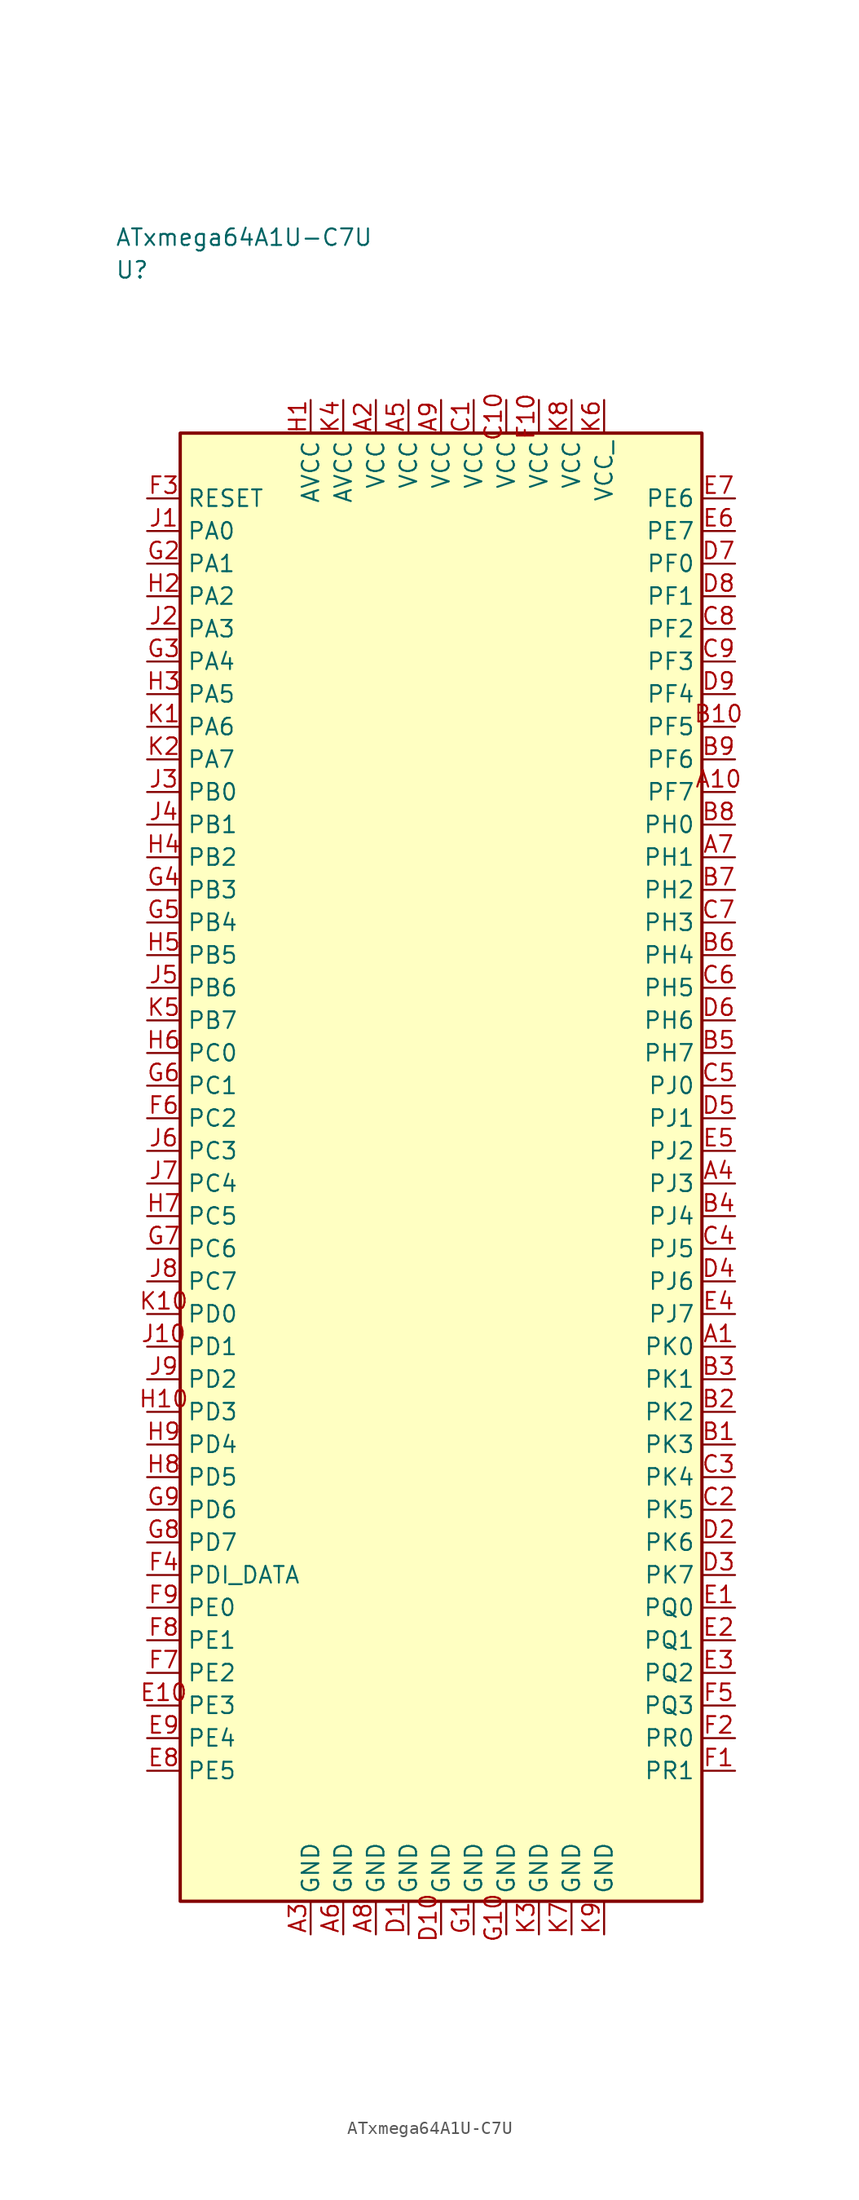
<source format=kicad_sym>
(kicad_symbol_lib
  (version 20241025)
  (generator "kicad_symbol_editor")
  (generator_version "8.0")
  (symbol "ATxmega64A1U-C7U"
    (property "Reference" "U"
      (at -25.0 68.75 0)
      (effects (font (size 1.27 1.27)) (justify left)))
    (property "Value" "ATxmega64A1U-C7U"
      (at -25.0 71.25 0)
      (effects (font (size 1.27 1.27)) (justify left)))
    (symbol "ATxmega64A1U-C7U_0_1"
      (rectangle (start -20.0 56.25) (end 20.0 -56.25) (stroke (width 0.254) (type default)) (fill (type background))))
    (symbol "ATxmega64A1U-C7U_1_1"
      (pin bidirectional line (at 22.54 -13.75 180.0) (length 2.54) (name "PK0" (effects (font (size 1.27 1.27)))) (number "A1" (effects (font (size 1.27 1.27)))))
      (pin power_in line (at -5.0 58.79 270.0) (length 2.54) (name "VCC" (effects (font (size 1.27 1.27)))) (number "A2" (effects (font (size 1.27 1.27)))))
      (pin passive line (at -10.0 -58.79 90.0) (length 2.54) (name "GND" (effects (font (size 1.27 1.27)))) (number "A3" (effects (font (size 1.27 1.27)))))
      (pin bidirectional line (at 22.54 -1.25 180.0) (length 2.54) (name "PJ3" (effects (font (size 1.27 1.27)))) (number "A4" (effects (font (size 1.27 1.27)))))
      (pin power_in line (at -2.5 58.79 270.0) (length 2.54) (name "VCC" (effects (font (size 1.27 1.27)))) (number "A5" (effects (font (size 1.27 1.27)))))
      (pin passive line (at -7.5 -58.79 90.0) (length 2.54) (name "GND" (effects (font (size 1.27 1.27)))) (number "A6" (effects (font (size 1.27 1.27)))))
      (pin bidirectional line (at 22.54 23.75 180.0) (length 2.54) (name "PH1" (effects (font (size 1.27 1.27)))) (number "A7" (effects (font (size 1.27 1.27)))))
      (pin passive line (at -5.0 -58.79 90.0) (length 2.54) (name "GND" (effects (font (size 1.27 1.27)))) (number "A8" (effects (font (size 1.27 1.27)))))
      (pin power_in line (at 0.0 58.79 270.0) (length 2.54) (name "VCC" (effects (font (size 1.27 1.27)))) (number "A9" (effects (font (size 1.27 1.27)))))
      (pin bidirectional line (at 22.54 28.75 180.0) (length 2.54) (name "PF7" (effects (font (size 1.27 1.27)))) (number "A10" (effects (font (size 1.27 1.27)))))
      (pin bidirectional line (at 22.54 -21.25 180.0) (length 2.54) (name "PK3" (effects (font (size 1.27 1.27)))) (number "B1" (effects (font (size 1.27 1.27)))))
      (pin bidirectional line (at 22.54 -18.75 180.0) (length 2.54) (name "PK2" (effects (font (size 1.27 1.27)))) (number "B2" (effects (font (size 1.27 1.27)))))
      (pin bidirectional line (at 22.54 -16.25 180.0) (length 2.54) (name "PK1" (effects (font (size 1.27 1.27)))) (number "B3" (effects (font (size 1.27 1.27)))))
      (pin bidirectional line (at 22.54 -3.75 180.0) (length 2.54) (name "PJ4" (effects (font (size 1.27 1.27)))) (number "B4" (effects (font (size 1.27 1.27)))))
      (pin bidirectional line (at 22.54 8.75 180.0) (length 2.54) (name "PH7" (effects (font (size 1.27 1.27)))) (number "B5" (effects (font (size 1.27 1.27)))))
      (pin bidirectional line (at 22.54 16.25 180.0) (length 2.54) (name "PH4" (effects (font (size 1.27 1.27)))) (number "B6" (effects (font (size 1.27 1.27)))))
      (pin bidirectional line (at 22.54 21.25 180.0) (length 2.54) (name "PH2" (effects (font (size 1.27 1.27)))) (number "B7" (effects (font (size 1.27 1.27)))))
      (pin bidirectional line (at 22.54 26.25 180.0) (length 2.54) (name "PH0" (effects (font (size 1.27 1.27)))) (number "B8" (effects (font (size 1.27 1.27)))))
      (pin bidirectional line (at 22.54 31.25 180.0) (length 2.54) (name "PF6" (effects (font (size 1.27 1.27)))) (number "B9" (effects (font (size 1.27 1.27)))))
      (pin bidirectional line (at 22.54 33.75 180.0) (length 2.54) (name "PF5" (effects (font (size 1.27 1.27)))) (number "B10" (effects (font (size 1.27 1.27)))))
      (pin power_in line (at 2.5 58.79 270.0) (length 2.54) (name "VCC" (effects (font (size 1.27 1.27)))) (number "C1" (effects (font (size 1.27 1.27)))))
      (pin bidirectional line (at 22.54 -26.25 180.0) (length 2.54) (name "PK5" (effects (font (size 1.27 1.27)))) (number "C2" (effects (font (size 1.27 1.27)))))
      (pin bidirectional line (at 22.54 -23.75 180.0) (length 2.54) (name "PK4" (effects (font (size 1.27 1.27)))) (number "C3" (effects (font (size 1.27 1.27)))))
      (pin bidirectional line (at 22.54 -6.25 180.0) (length 2.54) (name "PJ5" (effects (font (size 1.27 1.27)))) (number "C4" (effects (font (size 1.27 1.27)))))
      (pin bidirectional line (at 22.54 6.25 180.0) (length 2.54) (name "PJ0" (effects (font (size 1.27 1.27)))) (number "C5" (effects (font (size 1.27 1.27)))))
      (pin bidirectional line (at 22.54 13.75 180.0) (length 2.54) (name "PH5" (effects (font (size 1.27 1.27)))) (number "C6" (effects (font (size 1.27 1.27)))))
      (pin bidirectional line (at 22.54 18.75 180.0) (length 2.54) (name "PH3" (effects (font (size 1.27 1.27)))) (number "C7" (effects (font (size 1.27 1.27)))))
      (pin bidirectional line (at 22.54 41.25 180.0) (length 2.54) (name "PF2" (effects (font (size 1.27 1.27)))) (number "C8" (effects (font (size 1.27 1.27)))))
      (pin bidirectional line (at 22.54 38.75 180.0) (length 2.54) (name "PF3" (effects (font (size 1.27 1.27)))) (number "C9" (effects (font (size 1.27 1.27)))))
      (pin power_in line (at 5.0 58.79 270.0) (length 2.54) (name "VCC" (effects (font (size 1.27 1.27)))) (number "C10" (effects (font (size 1.27 1.27)))))
      (pin passive line (at -2.5 -58.79 90.0) (length 2.54) (name "GND" (effects (font (size 1.27 1.27)))) (number "D1" (effects (font (size 1.27 1.27)))))
      (pin bidirectional line (at 22.54 -28.75 180.0) (length 2.54) (name "PK6" (effects (font (size 1.27 1.27)))) (number "D2" (effects (font (size 1.27 1.27)))))
      (pin bidirectional line (at 22.54 -31.25 180.0) (length 2.54) (name "PK7" (effects (font (size 1.27 1.27)))) (number "D3" (effects (font (size 1.27 1.27)))))
      (pin bidirectional line (at 22.54 -8.75 180.0) (length 2.54) (name "PJ6" (effects (font (size 1.27 1.27)))) (number "D4" (effects (font (size 1.27 1.27)))))
      (pin bidirectional line (at 22.54 3.75 180.0) (length 2.54) (name "PJ1" (effects (font (size 1.27 1.27)))) (number "D5" (effects (font (size 1.27 1.27)))))
      (pin bidirectional line (at 22.54 11.25 180.0) (length 2.54) (name "PH6" (effects (font (size 1.27 1.27)))) (number "D6" (effects (font (size 1.27 1.27)))))
      (pin bidirectional line (at 22.54 46.25 180.0) (length 2.54) (name "PF0" (effects (font (size 1.27 1.27)))) (number "D7" (effects (font (size 1.27 1.27)))))
      (pin bidirectional line (at 22.54 43.75 180.0) (length 2.54) (name "PF1" (effects (font (size 1.27 1.27)))) (number "D8" (effects (font (size 1.27 1.27)))))
      (pin bidirectional line (at 22.54 36.25 180.0) (length 2.54) (name "PF4" (effects (font (size 1.27 1.27)))) (number "D9" (effects (font (size 1.27 1.27)))))
      (pin passive line (at 0.0 -58.79 90.0) (length 2.54) (name "GND" (effects (font (size 1.27 1.27)))) (number "D10" (effects (font (size 1.27 1.27)))))
      (pin bidirectional line (at 22.54 -33.75 180.0) (length 2.54) (name "PQ0" (effects (font (size 1.27 1.27)))) (number "E1" (effects (font (size 1.27 1.27)))))
      (pin bidirectional line (at 22.54 -36.25 180.0) (length 2.54) (name "PQ1" (effects (font (size 1.27 1.27)))) (number "E2" (effects (font (size 1.27 1.27)))))
      (pin bidirectional line (at 22.54 -38.75 180.0) (length 2.54) (name "PQ2" (effects (font (size 1.27 1.27)))) (number "E3" (effects (font (size 1.27 1.27)))))
      (pin bidirectional line (at 22.54 -11.25 180.0) (length 2.54) (name "PJ7" (effects (font (size 1.27 1.27)))) (number "E4" (effects (font (size 1.27 1.27)))))
      (pin bidirectional line (at 22.54 1.25 180.0) (length 2.54) (name "PJ2" (effects (font (size 1.27 1.27)))) (number "E5" (effects (font (size 1.27 1.27)))))
      (pin bidirectional line (at 22.54 48.75 180.0) (length 2.54) (name "PE7" (effects (font (size 1.27 1.27)))) (number "E6" (effects (font (size 1.27 1.27)))))
      (pin bidirectional line (at 22.54 51.25 180.0) (length 2.54) (name "PE6" (effects (font (size 1.27 1.27)))) (number "E7" (effects (font (size 1.27 1.27)))))
      (pin bidirectional line (at -22.54 -46.25 0.0) (length 2.54) (name "PE5" (effects (font (size 1.27 1.27)))) (number "E8" (effects (font (size 1.27 1.27)))))
      (pin bidirectional line (at -22.54 -43.75 0.0) (length 2.54) (name "PE4" (effects (font (size 1.27 1.27)))) (number "E9" (effects (font (size 1.27 1.27)))))
      (pin bidirectional line (at -22.54 -41.25 0.0) (length 2.54) (name "PE3" (effects (font (size 1.27 1.27)))) (number "E10" (effects (font (size 1.27 1.27)))))
      (pin bidirectional line (at 22.54 -46.25 180.0) (length 2.54) (name "PR1" (effects (font (size 1.27 1.27)))) (number "F1" (effects (font (size 1.27 1.27)))))
      (pin bidirectional line (at 22.54 -43.75 180.0) (length 2.54) (name "PR0" (effects (font (size 1.27 1.27)))) (number "F2" (effects (font (size 1.27 1.27)))))
      (pin input line (at -22.54 51.25 0.0) (length 2.54) (name "RESET" (effects (font (size 1.27 1.27)))) (number "F3" (effects (font (size 1.27 1.27)))))
      (pin bidirectional line (at -22.54 -31.25 0.0) (length 2.54) (name "PDI_DATA" (effects (font (size 1.27 1.27)))) (number "F4" (effects (font (size 1.27 1.27)))))
      (pin bidirectional line (at 22.54 -41.25 180.0) (length 2.54) (name "PQ3" (effects (font (size 1.27 1.27)))) (number "F5" (effects (font (size 1.27 1.27)))))
      (pin bidirectional line (at -22.54 3.75 0.0) (length 2.54) (name "PC2" (effects (font (size 1.27 1.27)))) (number "F6" (effects (font (size 1.27 1.27)))))
      (pin bidirectional line (at -22.54 -38.75 0.0) (length 2.54) (name "PE2" (effects (font (size 1.27 1.27)))) (number "F7" (effects (font (size 1.27 1.27)))))
      (pin bidirectional line (at -22.54 -36.25 0.0) (length 2.54) (name "PE1" (effects (font (size 1.27 1.27)))) (number "F8" (effects (font (size 1.27 1.27)))))
      (pin bidirectional line (at -22.54 -33.75 0.0) (length 2.54) (name "PE0" (effects (font (size 1.27 1.27)))) (number "F9" (effects (font (size 1.27 1.27)))))
      (pin power_in line (at 7.5 58.79 270.0) (length 2.54) (name "VCC" (effects (font (size 1.27 1.27)))) (number "F10" (effects (font (size 1.27 1.27)))))
      (pin passive line (at 2.5 -58.79 90.0) (length 2.54) (name "GND" (effects (font (size 1.27 1.27)))) (number "G1" (effects (font (size 1.27 1.27)))))
      (pin bidirectional line (at -22.54 46.25 0.0) (length 2.54) (name "PA1" (effects (font (size 1.27 1.27)))) (number "G2" (effects (font (size 1.27 1.27)))))
      (pin bidirectional line (at -22.54 38.75 0.0) (length 2.54) (name "PA4" (effects (font (size 1.27 1.27)))) (number "G3" (effects (font (size 1.27 1.27)))))
      (pin bidirectional line (at -22.54 21.25 0.0) (length 2.54) (name "PB3" (effects (font (size 1.27 1.27)))) (number "G4" (effects (font (size 1.27 1.27)))))
      (pin bidirectional line (at -22.54 18.75 0.0) (length 2.54) (name "PB4" (effects (font (size 1.27 1.27)))) (number "G5" (effects (font (size 1.27 1.27)))))
      (pin bidirectional line (at -22.54 6.25 0.0) (length 2.54) (name "PC1" (effects (font (size 1.27 1.27)))) (number "G6" (effects (font (size 1.27 1.27)))))
      (pin bidirectional line (at -22.54 -6.25 0.0) (length 2.54) (name "PC6" (effects (font (size 1.27 1.27)))) (number "G7" (effects (font (size 1.27 1.27)))))
      (pin bidirectional line (at -22.54 -28.75 0.0) (length 2.54) (name "PD7" (effects (font (size 1.27 1.27)))) (number "G8" (effects (font (size 1.27 1.27)))))
      (pin bidirectional line (at -22.54 -26.25 0.0) (length 2.54) (name "PD6" (effects (font (size 1.27 1.27)))) (number "G9" (effects (font (size 1.27 1.27)))))
      (pin passive line (at 5.0 -58.79 90.0) (length 2.54) (name "GND" (effects (font (size 1.27 1.27)))) (number "G10" (effects (font (size 1.27 1.27)))))
      (pin power_in line (at -10.0 58.79 270.0) (length 2.54) (name "AVCC" (effects (font (size 1.27 1.27)))) (number "H1" (effects (font (size 1.27 1.27)))))
      (pin bidirectional line (at -22.54 43.75 0.0) (length 2.54) (name "PA2" (effects (font (size 1.27 1.27)))) (number "H2" (effects (font (size 1.27 1.27)))))
      (pin bidirectional line (at -22.54 36.25 0.0) (length 2.54) (name "PA5" (effects (font (size 1.27 1.27)))) (number "H3" (effects (font (size 1.27 1.27)))))
      (pin bidirectional line (at -22.54 23.75 0.0) (length 2.54) (name "PB2" (effects (font (size 1.27 1.27)))) (number "H4" (effects (font (size 1.27 1.27)))))
      (pin bidirectional line (at -22.54 16.25 0.0) (length 2.54) (name "PB5" (effects (font (size 1.27 1.27)))) (number "H5" (effects (font (size 1.27 1.27)))))
      (pin bidirectional line (at -22.54 8.75 0.0) (length 2.54) (name "PC0" (effects (font (size 1.27 1.27)))) (number "H6" (effects (font (size 1.27 1.27)))))
      (pin bidirectional line (at -22.54 -3.75 0.0) (length 2.54) (name "PC5" (effects (font (size 1.27 1.27)))) (number "H7" (effects (font (size 1.27 1.27)))))
      (pin bidirectional line (at -22.54 -23.75 0.0) (length 2.54) (name "PD5" (effects (font (size 1.27 1.27)))) (number "H8" (effects (font (size 1.27 1.27)))))
      (pin bidirectional line (at -22.54 -21.25 0.0) (length 2.54) (name "PD4" (effects (font (size 1.27 1.27)))) (number "H9" (effects (font (size 1.27 1.27)))))
      (pin bidirectional line (at -22.54 -18.75 0.0) (length 2.54) (name "PD3" (effects (font (size 1.27 1.27)))) (number "H10" (effects (font (size 1.27 1.27)))))
      (pin bidirectional line (at -22.54 48.75 0.0) (length 2.54) (name "PA0" (effects (font (size 1.27 1.27)))) (number "J1" (effects (font (size 1.27 1.27)))))
      (pin bidirectional line (at -22.54 41.25 0.0) (length 2.54) (name "PA3" (effects (font (size 1.27 1.27)))) (number "J2" (effects (font (size 1.27 1.27)))))
      (pin bidirectional line (at -22.54 28.75 0.0) (length 2.54) (name "PB0" (effects (font (size 1.27 1.27)))) (number "J3" (effects (font (size 1.27 1.27)))))
      (pin bidirectional line (at -22.54 26.25 0.0) (length 2.54) (name "PB1" (effects (font (size 1.27 1.27)))) (number "J4" (effects (font (size 1.27 1.27)))))
      (pin bidirectional line (at -22.54 13.75 0.0) (length 2.54) (name "PB6" (effects (font (size 1.27 1.27)))) (number "J5" (effects (font (size 1.27 1.27)))))
      (pin bidirectional line (at -22.54 1.25 0.0) (length 2.54) (name "PC3" (effects (font (size 1.27 1.27)))) (number "J6" (effects (font (size 1.27 1.27)))))
      (pin bidirectional line (at -22.54 -1.25 0.0) (length 2.54) (name "PC4" (effects (font (size 1.27 1.27)))) (number "J7" (effects (font (size 1.27 1.27)))))
      (pin bidirectional line (at -22.54 -8.75 0.0) (length 2.54) (name "PC7" (effects (font (size 1.27 1.27)))) (number "J8" (effects (font (size 1.27 1.27)))))
      (pin bidirectional line (at -22.54 -16.25 0.0) (length 2.54) (name "PD2" (effects (font (size 1.27 1.27)))) (number "J9" (effects (font (size 1.27 1.27)))))
      (pin bidirectional line (at -22.54 -13.75 0.0) (length 2.54) (name "PD1" (effects (font (size 1.27 1.27)))) (number "J10" (effects (font (size 1.27 1.27)))))
      (pin bidirectional line (at -22.54 33.75 0.0) (length 2.54) (name "PA6" (effects (font (size 1.27 1.27)))) (number "K1" (effects (font (size 1.27 1.27)))))
      (pin bidirectional line (at -22.54 31.25 0.0) (length 2.54) (name "PA7" (effects (font (size 1.27 1.27)))) (number "K2" (effects (font (size 1.27 1.27)))))
      (pin passive line (at 7.5 -58.79 90.0) (length 2.54) (name "GND" (effects (font (size 1.27 1.27)))) (number "K3" (effects (font (size 1.27 1.27)))))
      (pin power_in line (at -7.5 58.79 270.0) (length 2.54) (name "AVCC" (effects (font (size 1.27 1.27)))) (number "K4" (effects (font (size 1.27 1.27)))))
      (pin bidirectional line (at -22.54 11.25 0.0) (length 2.54) (name "PB7" (effects (font (size 1.27 1.27)))) (number "K5" (effects (font (size 1.27 1.27)))))
      (pin power_in line (at 12.5 58.79 270.0) (length 2.54) (name "VCC " (effects (font (size 1.27 1.27)))) (number "K6" (effects (font (size 1.27 1.27)))))
      (pin passive line (at 10.0 -58.79 90.0) (length 2.54) (name "GND" (effects (font (size 1.27 1.27)))) (number "K7" (effects (font (size 1.27 1.27)))))
      (pin power_in line (at 10.0 58.79 270.0) (length 2.54) (name "VCC" (effects (font (size 1.27 1.27)))) (number "K8" (effects (font (size 1.27 1.27)))))
      (pin passive line (at 12.5 -58.79 90.0) (length 2.54) (name "GND" (effects (font (size 1.27 1.27)))) (number "K9" (effects (font (size 1.27 1.27)))))
      (pin bidirectional line (at -22.54 -11.25 0.0) (length 2.54) (name "PD0" (effects (font (size 1.27 1.27)))) (number "K10" (effects (font (size 1.27 1.27))))))))
</source>
